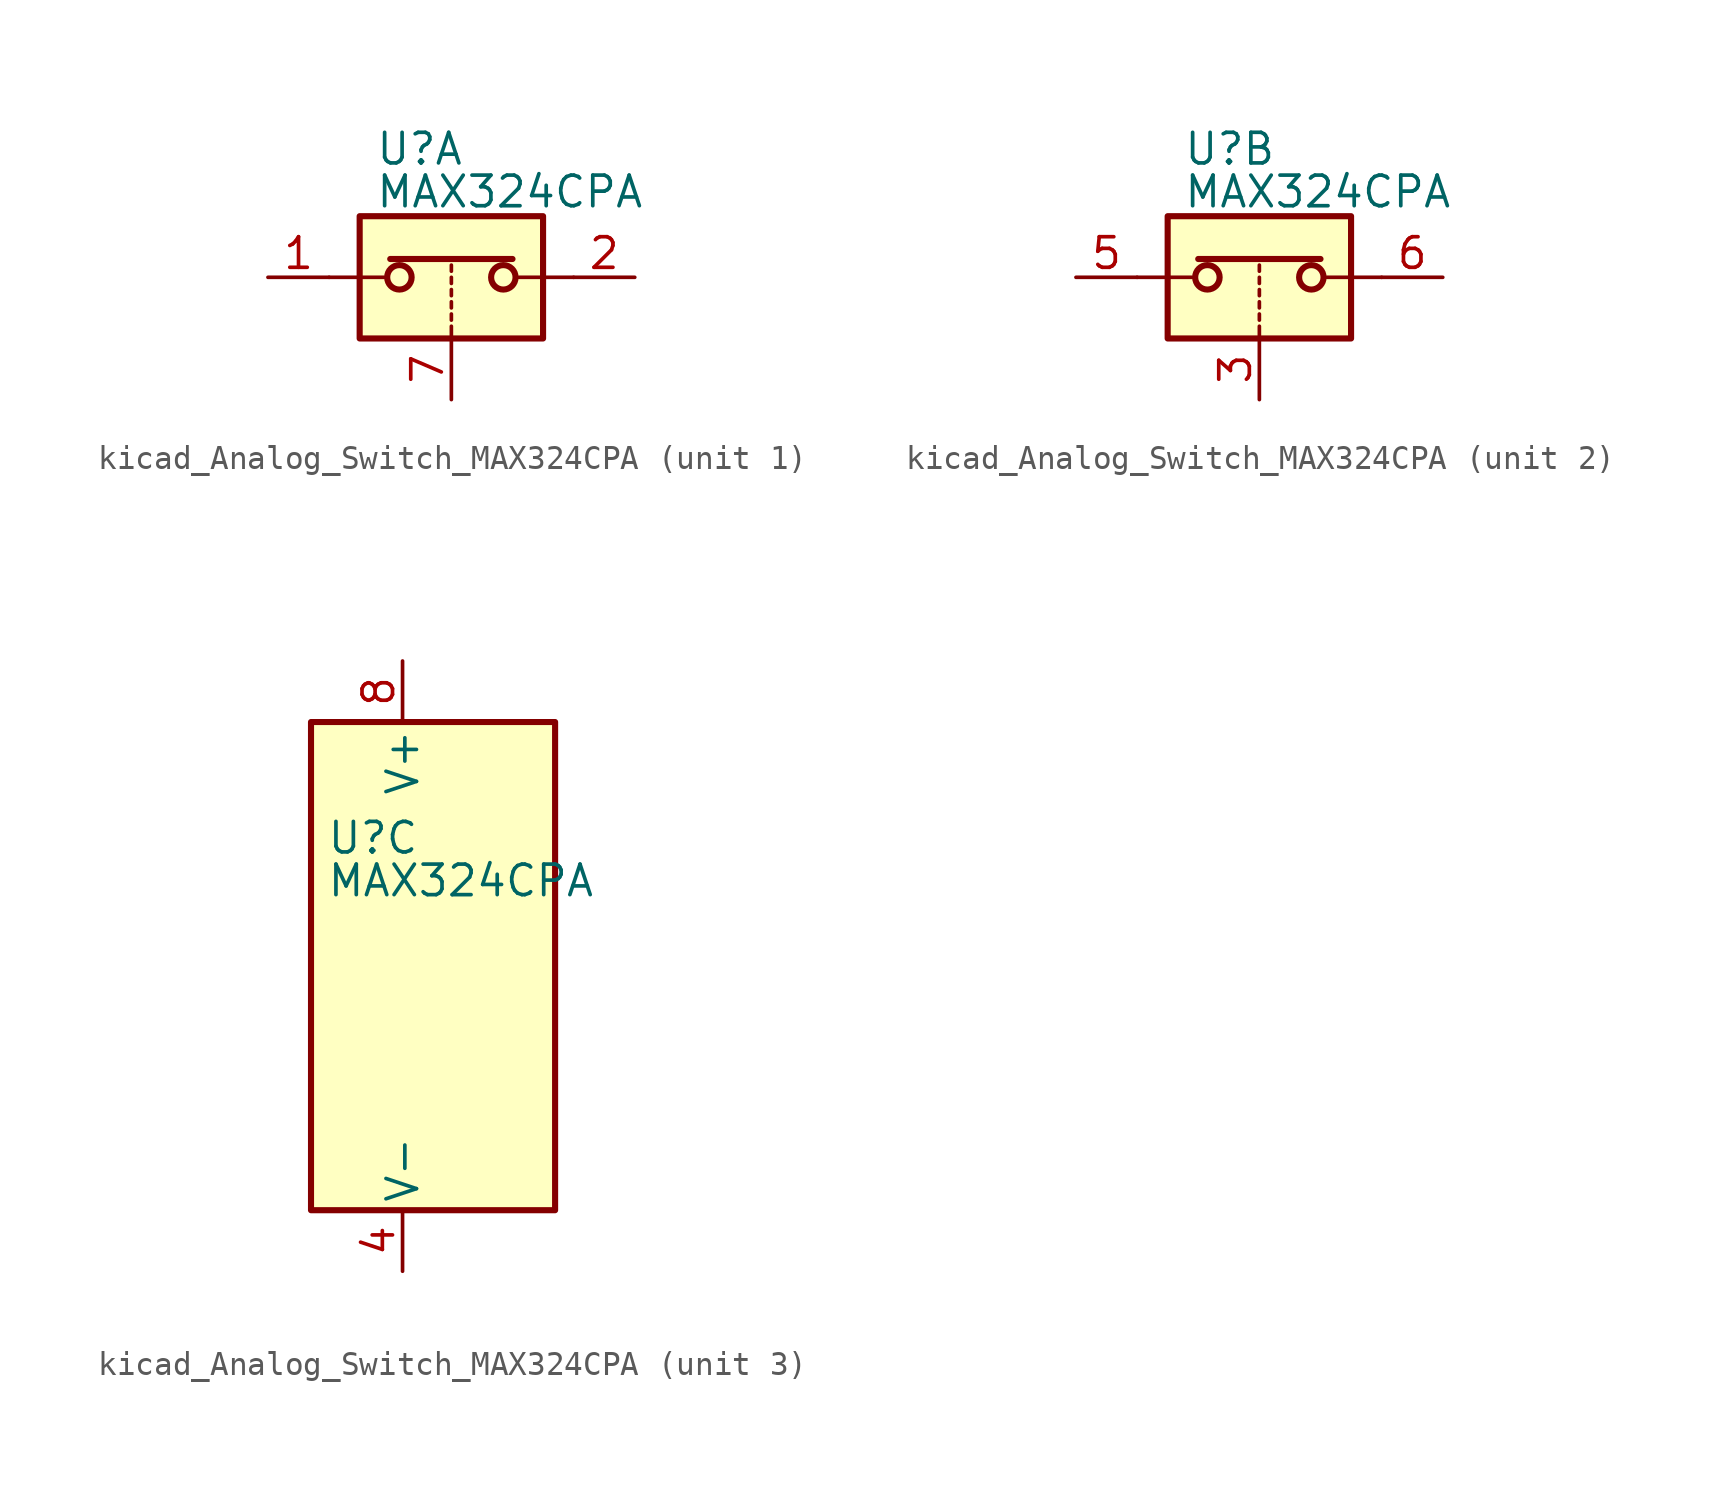
<source format=kicad_sym>
(kicad_symbol_lib
  (version 20220914)
  (generator kicad_symbol_editor)
  (symbol "kicad_Analog_Switch_MAX324CPA"
    (pin_names
      (offset 0.254))
    (property "Reference" "U"
      (at -3.175 5.334 0)
      (effects (font (size 1.27 1.27)) (justify left)))
    (property "Value" "MAX324CPA"
      (at -3.175 3.556 0)
      (effects (font (size 1.27 1.27)) (justify left)))
    (symbol "kicad_Analog_Switch_MAX324CPA_1_1"
      (rectangle (start -3.81 2.54) (end 3.81 -2.54) (stroke (width 0.254) (type default)) (fill (type background)))
      (circle (center -2.159 0) (radius 0.508) (stroke (width 0.254) (type default)) (fill (type none)))
      (polyline (pts (xy -5.08 0) (xy -2.794 0)) (stroke (width 0) (type default)) (fill (type none)))
      (polyline (pts (xy -2.54 0.762) (xy 2.54 0.762)) (stroke (width 0.254) (type default)) (fill (type none)))
      (polyline (pts (xy 0 -2.54) (xy 0 -2.032)) (stroke (width 0) (type default)) (fill (type none)))
      (polyline (pts (xy 0 -1.778) (xy 0 -1.524)) (stroke (width 0) (type default)) (fill (type none)))
      (polyline (pts (xy 0 -1.27) (xy 0 -1.016)) (stroke (width 0) (type default)) (fill (type none)))
      (polyline (pts (xy 0 -0.762) (xy 0 -0.508)) (stroke (width 0) (type default)) (fill (type none)))
      (polyline (pts (xy 0 -0.254) (xy 0 0)) (stroke (width 0) (type default)) (fill (type none)))
      (polyline (pts (xy 0 0.254) (xy 0 0.508)) (stroke (width 0) (type default)) (fill (type none)))
      (polyline (pts (xy 5.08 0) (xy 2.794 0)) (stroke (width 0) (type default)) (fill (type none)))
      (circle (center 2.159 0) (radius 0.508) (stroke (width 0.254) (type default)) (fill (type none)))
      (pin passive line (at -7.62 0 0) (length 2.54) (name "~" (effects (font (size 1.27 1.27)))) (number "1" (effects (font (size 1.27 1.27)))))
      (pin passive line (at 7.62 0 180) (length 2.54) (name "~" (effects (font (size 1.27 1.27)))) (number "2" (effects (font (size 1.27 1.27)))))
      (pin input line (at 0 -5.08 90) (length 2.54) (name "~" (effects (font (size 1.27 1.27)))) (number "7" (effects (font (size 1.27 1.27))))))
    (symbol "kicad_Analog_Switch_MAX324CPA_2_1"
      (rectangle (start -3.81 2.54) (end 3.81 -2.54) (stroke (width 0.254) (type default)) (fill (type background)))
      (circle (center -2.159 0) (radius 0.508) (stroke (width 0.254) (type default)) (fill (type none)))
      (polyline (pts (xy -5.08 0) (xy -2.794 0)) (stroke (width 0) (type default)) (fill (type none)))
      (polyline (pts (xy -2.54 0.762) (xy 2.54 0.762)) (stroke (width 0.254) (type default)) (fill (type none)))
      (polyline (pts (xy 0 -2.54) (xy 0 -2.032)) (stroke (width 0) (type default)) (fill (type none)))
      (polyline (pts (xy 0 -1.778) (xy 0 -1.524)) (stroke (width 0) (type default)) (fill (type none)))
      (polyline (pts (xy 0 -1.27) (xy 0 -1.016)) (stroke (width 0) (type default)) (fill (type none)))
      (polyline (pts (xy 0 -0.762) (xy 0 -0.508)) (stroke (width 0) (type default)) (fill (type none)))
      (polyline (pts (xy 0 -0.254) (xy 0 0)) (stroke (width 0) (type default)) (fill (type none)))
      (polyline (pts (xy 0 0.254) (xy 0 0.508)) (stroke (width 0) (type default)) (fill (type none)))
      (polyline (pts (xy 5.08 0) (xy 2.794 0)) (stroke (width 0) (type default)) (fill (type none)))
      (circle (center 2.159 0) (radius 0.508) (stroke (width 0.254) (type default)) (fill (type none)))
      (pin input line (at 0 -5.08 90) (length 2.54) (name "~" (effects (font (size 1.27 1.27)))) (number "3" (effects (font (size 1.27 1.27)))))
      (pin passive line (at -7.62 0 0) (length 2.54) (name "~" (effects (font (size 1.27 1.27)))) (number "5" (effects (font (size 1.27 1.27)))))
      (pin passive line (at 7.62 0 180) (length 2.54) (name "~" (effects (font (size 1.27 1.27)))) (number "6" (effects (font (size 1.27 1.27))))))
    (symbol "kicad_Analog_Switch_MAX324CPA_3_0"
      (pin power_in line (at 0 -12.7 90) (length 2.54) (name "V-" (effects (font (size 1.27 1.27)))) (number "4" (effects (font (size 1.27 1.27)))))
      (pin power_in line (at 0 12.7 270) (length 2.54) (name "V+" (effects (font (size 1.27 1.27)))) (number "8" (effects (font (size 1.27 1.27))))))
    (symbol "kicad_Analog_Switch_MAX324CPA_3_1"
      (rectangle (start -3.81 10.16) (end 6.35 -10.16) (stroke (width 0.254) (type default)) (fill (type background))))))
</source>
